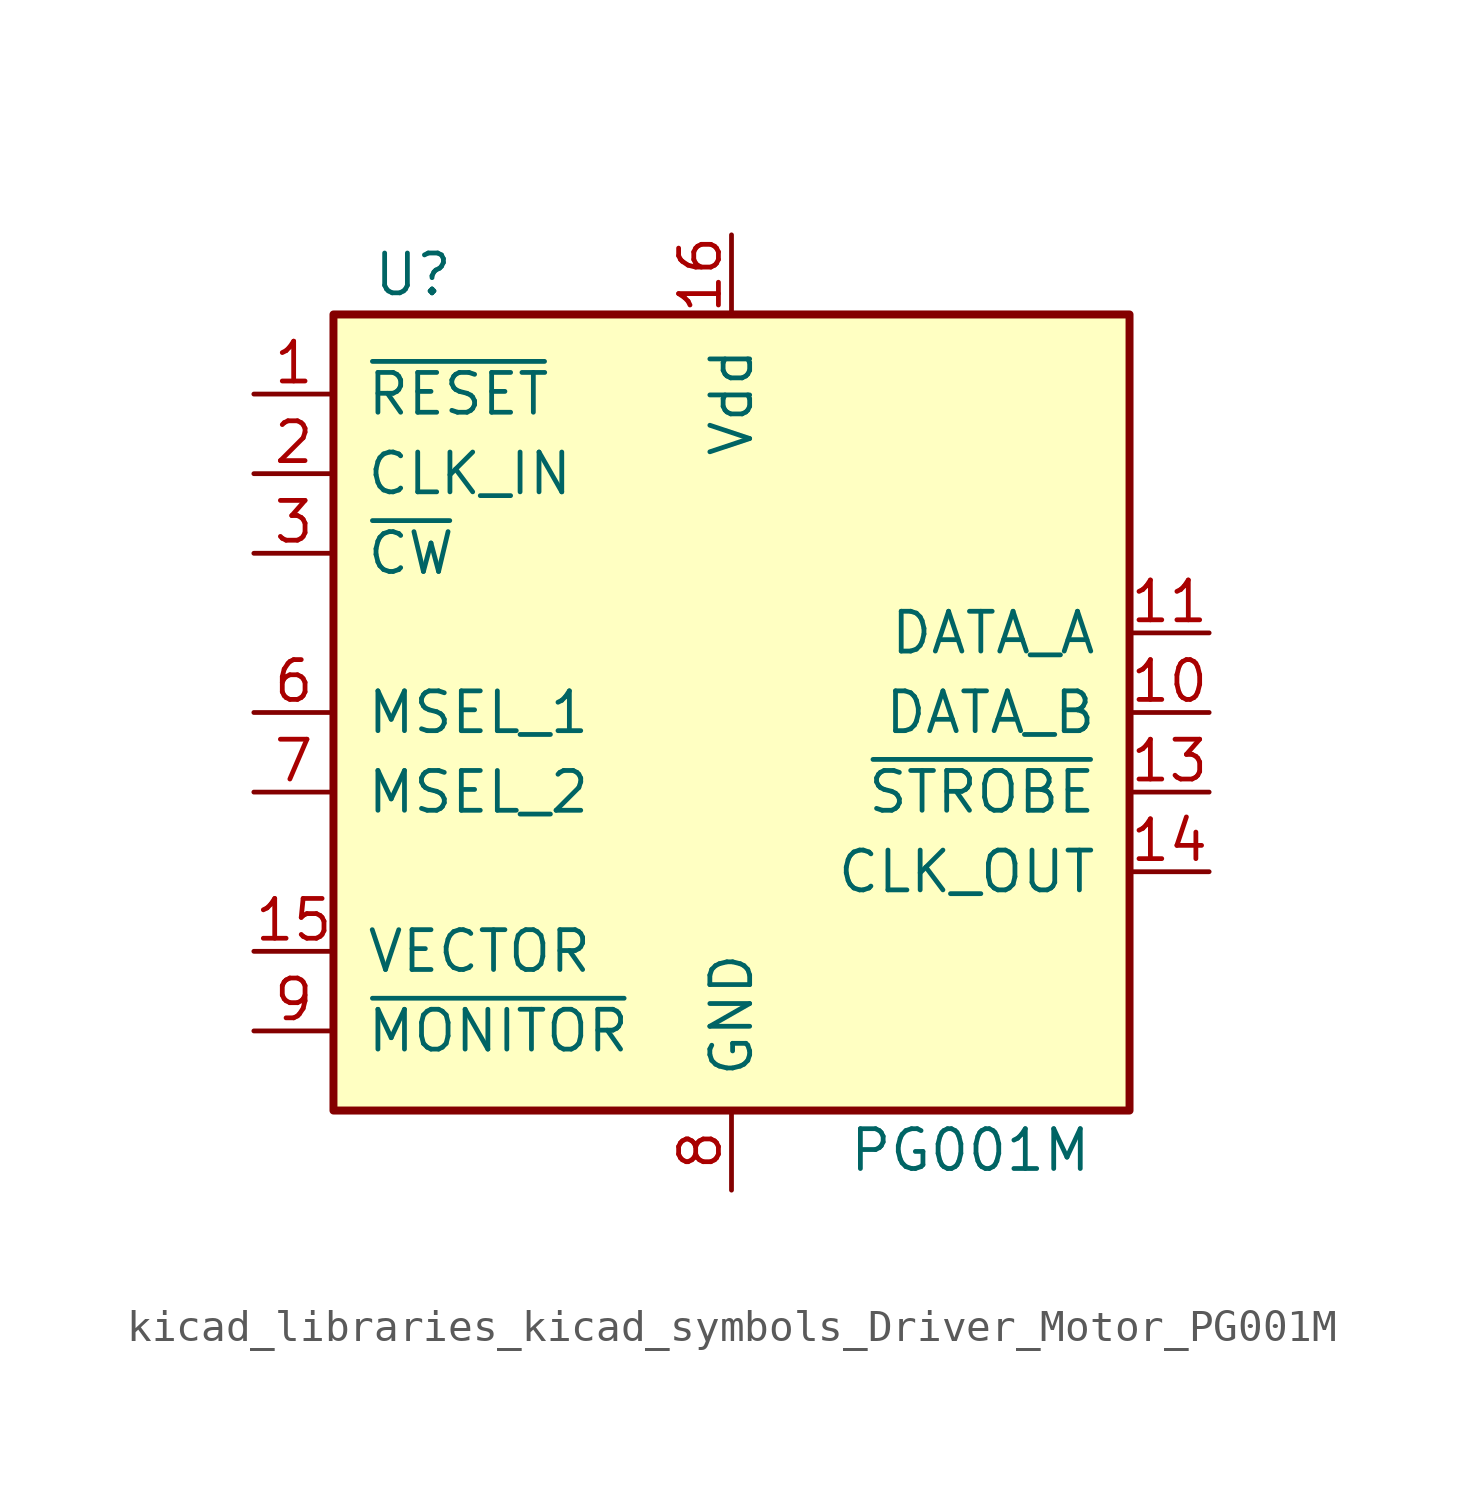
<source format=kicad_sym>
(kicad_symbol_lib
  (version 20220914)
  (generator kicad_symbol_editor)
  (symbol "kicad_libraries_kicad_symbols_Driver_Motor_PG001M"
    (pin_names
      (offset 1.016))
    (property "Reference" "U"
      (at -10.16 13.97 0)
      (effects (font (size 1.27 1.27))))
    (property "Value" "PG001M"
      (at 7.62 -13.97 0)
      (effects (font (size 1.27 1.27))))
    (symbol "kicad_libraries_kicad_symbols_Driver_Motor_PG001M_0_1"
      (rectangle (start 12.7 -12.7) (end -12.7 12.7) (stroke (width 0.254) (type default)) (fill (type background))))
    (symbol "kicad_libraries_kicad_symbols_Driver_Motor_PG001M_1_1"
      (pin input line (at -15.24 10.16 0) (length 2.54) (name "~{RESET}" (effects (font (size 1.27 1.27)))) (number "1" (effects (font (size 1.27 1.27)))))
      (pin output line (at 15.24 0 180) (length 2.54) (name "DATA_B" (effects (font (size 1.27 1.27)))) (number "10" (effects (font (size 1.27 1.27)))))
      (pin output line (at 15.24 2.54 180) (length 2.54) (name "DATA_A" (effects (font (size 1.27 1.27)))) (number "11" (effects (font (size 1.27 1.27)))))
      (pin output line (at 15.24 -2.54 180) (length 2.54) (name "~{STROBE}" (effects (font (size 1.27 1.27)))) (number "13" (effects (font (size 1.27 1.27)))))
      (pin output line (at 15.24 -5.08 180) (length 2.54) (name "CLK_OUT" (effects (font (size 1.27 1.27)))) (number "14" (effects (font (size 1.27 1.27)))))
      (pin input line (at -15.24 -7.62 0) (length 2.54) (name "VECTOR" (effects (font (size 1.27 1.27)))) (number "15" (effects (font (size 1.27 1.27)))))
      (pin power_in line (at 0 15.24 270) (length 2.54) (name "Vdd" (effects (font (size 1.27 1.27)))) (number "16" (effects (font (size 1.27 1.27)))))
      (pin input line (at -15.24 7.62 0) (length 2.54) (name "CLK_IN" (effects (font (size 1.27 1.27)))) (number "2" (effects (font (size 1.27 1.27)))))
      (pin input line (at -15.24 5.08 0) (length 2.54) (name "~{CW}" (effects (font (size 1.27 1.27)))) (number "3" (effects (font (size 1.27 1.27)))))
      (pin input line (at -15.24 0 0) (length 2.54) (name "MSEL_1" (effects (font (size 1.27 1.27)))) (number "6" (effects (font (size 1.27 1.27)))))
      (pin input line (at -15.24 -2.54 0) (length 2.54) (name "MSEL_2" (effects (font (size 1.27 1.27)))) (number "7" (effects (font (size 1.27 1.27)))))
      (pin power_in line (at 0 -15.24 90) (length 2.54) (name "GND" (effects (font (size 1.27 1.27)))) (number "8" (effects (font (size 1.27 1.27)))))
      (pin input line (at -15.24 -10.16 0) (length 2.54) (name "~{MONITOR}" (effects (font (size 1.27 1.27)))) (number "9" (effects (font (size 1.27 1.27))))))))
</source>
